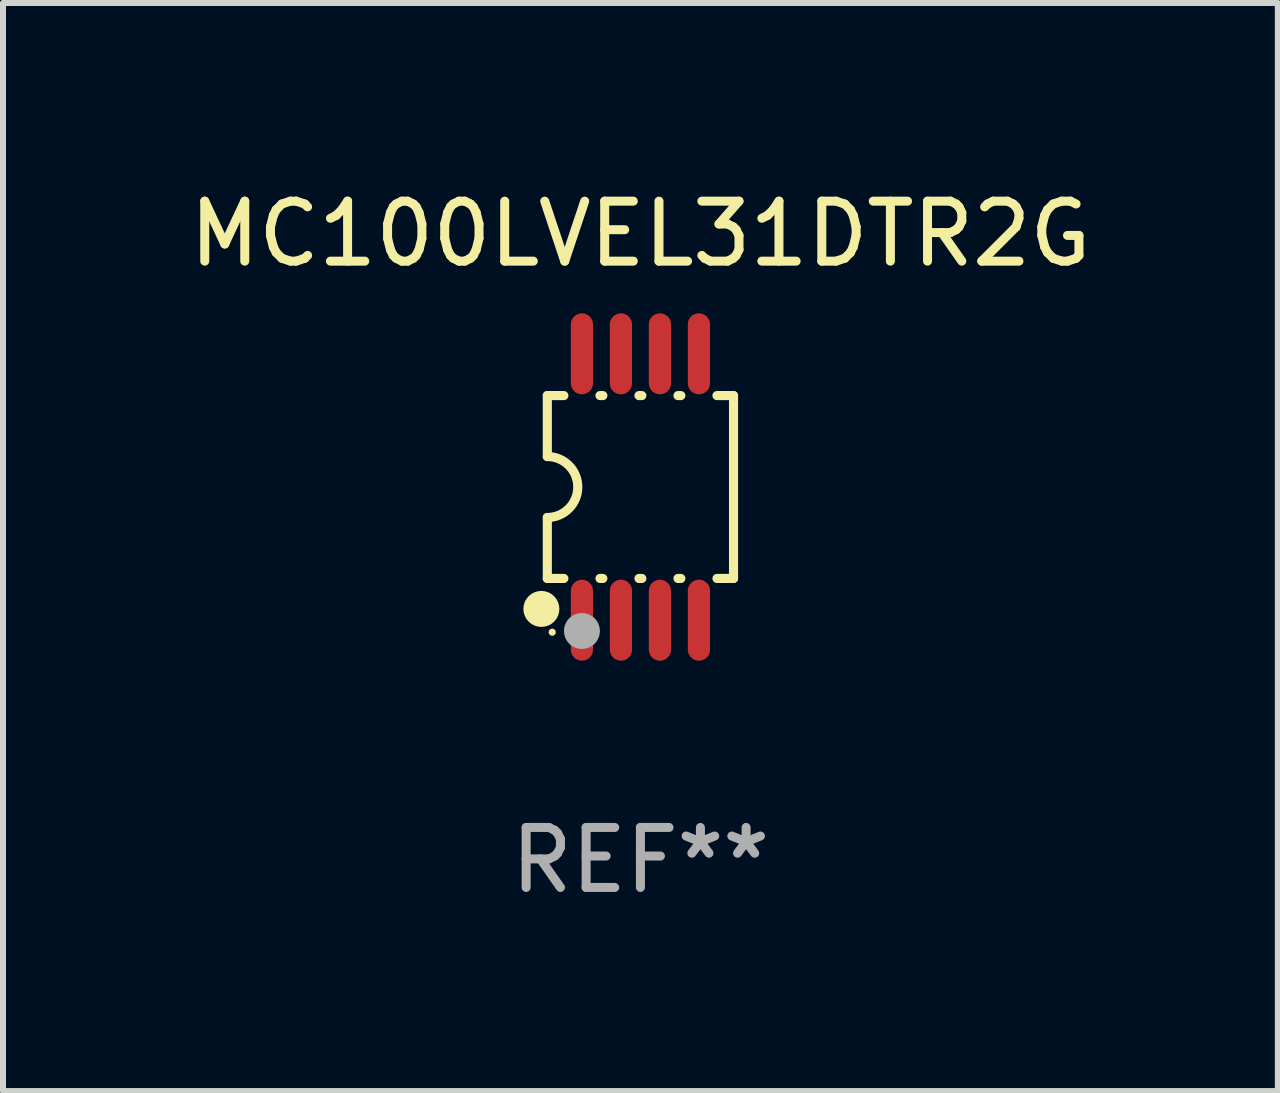
<source format=kicad_pcb>
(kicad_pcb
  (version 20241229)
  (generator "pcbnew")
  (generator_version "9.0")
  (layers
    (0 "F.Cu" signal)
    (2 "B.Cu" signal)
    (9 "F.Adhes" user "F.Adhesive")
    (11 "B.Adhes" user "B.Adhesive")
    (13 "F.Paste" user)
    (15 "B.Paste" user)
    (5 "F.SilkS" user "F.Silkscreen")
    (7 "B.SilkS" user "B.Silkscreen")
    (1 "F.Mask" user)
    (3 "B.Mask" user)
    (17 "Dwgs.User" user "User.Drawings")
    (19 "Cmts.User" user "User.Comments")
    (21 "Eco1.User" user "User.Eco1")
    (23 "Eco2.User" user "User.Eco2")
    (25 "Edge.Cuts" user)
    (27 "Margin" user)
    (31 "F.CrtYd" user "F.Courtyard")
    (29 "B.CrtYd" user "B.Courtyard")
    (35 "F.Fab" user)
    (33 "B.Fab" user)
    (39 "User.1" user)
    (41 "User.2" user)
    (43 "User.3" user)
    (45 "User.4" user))
  (footprint "MC100LVEL31DTR2G"
    (layer "F.Cu")
    (at 7.625 5.068)
    (property "Reference" "MC100LVEL31DTR2G" (at 0 -4.22 0) (layer "F.SilkS") (effects (font (size 1 1) (thickness 0.15))))
    (attr through_hole)
    (fp_line (start -1.552 -1.524) (end -1.276 -1.524) (stroke (width 0.152) (type solid)) (layer "F.SilkS"))
    (fp_line (start -1.552 -0.508) (end -1.552 -1.524) (stroke (width 0.152) (type solid)) (layer "F.SilkS"))
    (fp_line (start -1.552 1.524) (end -1.552 0.508) (stroke (width 0.152) (type solid)) (layer "F.SilkS"))
    (fp_line (start -1.552 1.524) (end -1.276 1.524) (stroke (width 0.152) (type solid)) (layer "F.SilkS"))
    (fp_line (start -0.674 -1.524) (end -0.626 -1.524) (stroke (width 0.152) (type solid)) (layer "F.SilkS"))
    (fp_line (start -0.674 1.524) (end -0.626 1.524) (stroke (width 0.152) (type solid)) (layer "F.SilkS"))
    (fp_line (start -0.024 -1.524) (end 0.024 -1.524) (stroke (width 0.152) (type solid)) (layer "F.SilkS"))
    (fp_line (start -0.024 1.524) (end 0.024 1.524) (stroke (width 0.152) (type solid)) (layer "F.SilkS"))
    (fp_line (start 0.626 -1.524) (end 0.674 -1.524) (stroke (width 0.152) (type solid)) (layer "F.SilkS"))
    (fp_line (start 0.626 1.524) (end 0.674 1.524) (stroke (width 0.152) (type solid)) (layer "F.SilkS"))
    (fp_line (start 1.276 1.524) (end 1.552 1.524) (stroke (width 0.152) (type solid)) (layer "F.SilkS"))
    (fp_line (start 1.276 -1.524) (end 1.552 -1.524) (stroke (width 0.152) (type solid)) (layer "F.SilkS"))
    (fp_line (start 1.552 -1.524) (end 1.552 1.524) (stroke (width 0.152) (type solid)) (layer "F.SilkS"))
    (fp_arc (start -1.551943 -0.508001) (mid -1.043942 0) (end -1.551943 0.508001) (stroke (width 0.151994) (type solid)) (layer "F.SilkS"))
    (fp_circle (center -1.651 2.032) (end -1.501 2.032) (stroke (width 0.3) (type solid)) (fill no) (layer "F.SilkS"))
    (fp_circle (center -1.47 2.42) (end -1.44 2.42) (stroke (width 0.06) (type solid)) (fill no) (layer "F.SilkS"))
    (fp_circle (center -0.975 2.4) (end -0.825 2.4) (stroke (width 0.3) (type solid)) (fill no) (layer "F.Fab"))
    (fp_text user "REF**" (at 0 6.22 0) (layer "F.Fab") (effects (font (size 1 1) (thickness 0.15))))
    (pad "1" smd oval (at -0.975 2.22) (size 0.37 1.35) (layers "F.Cu" "F.Mask" "F.Paste"))
    (pad "2" smd oval (at -0.325 2.22) (size 0.37 1.35) (layers "F.Cu" "F.Mask" "F.Paste"))
    (pad "3" smd oval (at 0.325 2.22) (size 0.37 1.35) (layers "F.Cu" "F.Mask" "F.Paste"))
    (pad "4" smd oval (at 0.975 2.22) (size 0.37 1.35) (layers "F.Cu" "F.Mask" "F.Paste"))
    (pad "5" smd oval (at 0.975 -2.22) (size 0.37 1.35) (layers "F.Cu" "F.Mask" "F.Paste"))
    (pad "6" smd oval (at 0.325 -2.22) (size 0.37 1.35) (layers "F.Cu" "F.Mask" "F.Paste"))
    (pad "7" smd oval (at -0.325 -2.22) (size 0.37 1.35) (layers "F.Cu" "F.Mask" "F.Paste"))
    (pad "8" smd oval (at -0.975 -2.22) (size 0.37 1.35) (layers "F.Cu" "F.Mask" "F.Paste")))
  (gr_rect
    (start -3 -3)
    (end 18.25 15.137)
    (stroke (width 0.1) (type default))
    (fill no)
    (layer "Edge.Cuts")))
</source>
